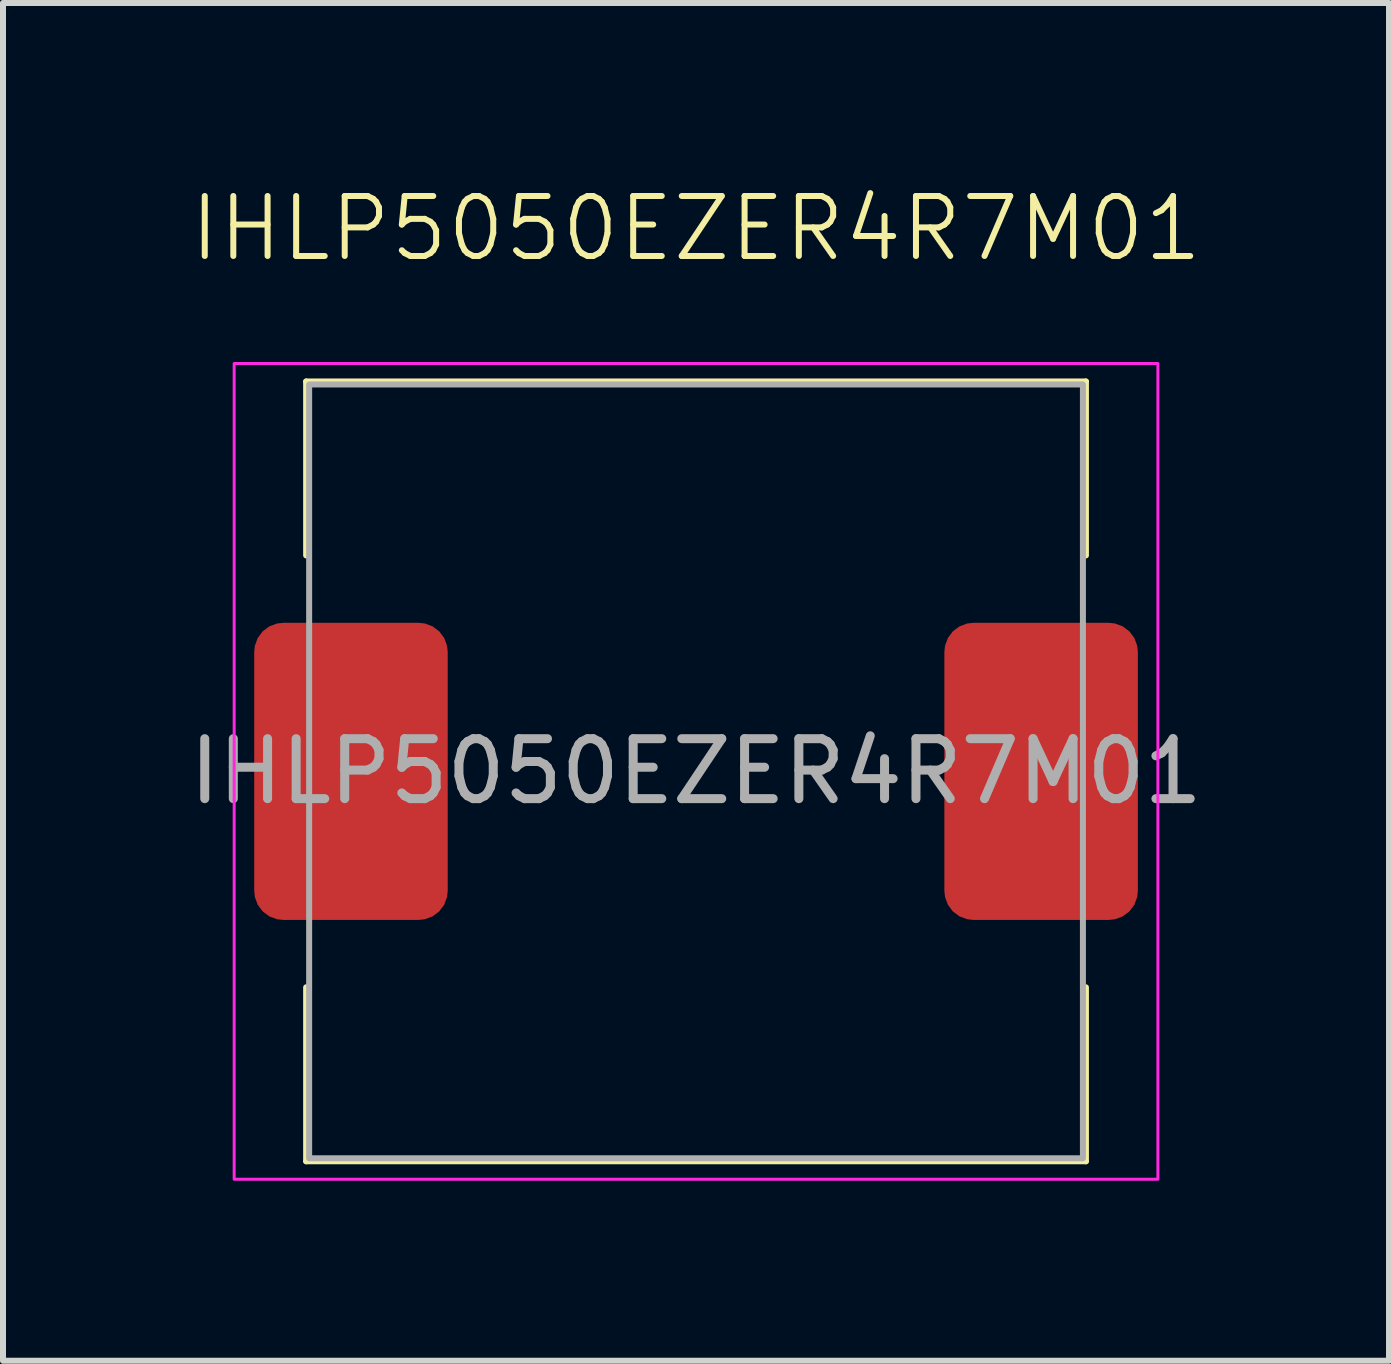
<source format=kicad_pcb>
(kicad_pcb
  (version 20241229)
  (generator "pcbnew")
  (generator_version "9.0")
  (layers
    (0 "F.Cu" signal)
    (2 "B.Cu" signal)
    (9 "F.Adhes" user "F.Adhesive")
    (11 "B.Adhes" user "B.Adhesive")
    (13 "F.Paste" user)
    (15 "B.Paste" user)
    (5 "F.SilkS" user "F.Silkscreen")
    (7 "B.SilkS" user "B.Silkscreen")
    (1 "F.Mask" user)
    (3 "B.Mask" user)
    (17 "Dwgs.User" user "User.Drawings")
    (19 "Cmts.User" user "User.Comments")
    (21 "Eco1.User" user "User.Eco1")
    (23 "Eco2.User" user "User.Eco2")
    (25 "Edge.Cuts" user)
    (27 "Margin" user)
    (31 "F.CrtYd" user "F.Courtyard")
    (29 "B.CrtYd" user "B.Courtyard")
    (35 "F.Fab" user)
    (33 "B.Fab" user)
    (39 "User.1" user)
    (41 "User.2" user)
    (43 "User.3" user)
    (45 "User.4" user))
  (footprint "IHLP5050EZER4R7M01"
    (layer "F.Cu")
    (at 8.554 9.81)
    (property "Reference" "IHLP5050EZER4R7M01" (at 0 -9.05 0) (unlocked yes) (layer "F.SilkS") (effects (font (size 1 1) (thickness 0.1))))
    (attr smd)
    (fp_line (start -6.5 -6.5) (end 6.5 -6.5) (stroke (width 0.1) (type default)) (layer "F.SilkS"))
    (fp_line (start -6.5 -3.6) (end -6.5 -6.5) (stroke (width 0.1) (type default)) (layer "F.SilkS"))
    (fp_line (start -6.5 6.5) (end -6.5 3.6) (stroke (width 0.1) (type default)) (layer "F.SilkS"))
    (fp_line (start 6.5 -3.6) (end 6.5 -6.5) (stroke (width 0.1) (type default)) (layer "F.SilkS"))
    (fp_line (start 6.5 6.5) (end -6.5 6.5) (stroke (width 0.1) (type default)) (layer "F.SilkS"))
    (fp_line (start 6.5 6.5) (end 6.5 3.6) (stroke (width 0.1) (type default)) (layer "F.SilkS"))
    (fp_rect (start -7.7 -6.8) (end 7.7 6.8) (stroke (width 0.05) (type solid)) (fill no) (layer "F.CrtYd"))
    (fp_rect (start -6.45 -6.45) (end 6.45 6.45) (stroke (width 0.1) (type solid)) (fill no) (layer "F.Fab"))
    (fp_text user "${REFERENCE}" (at 0 0 0) (unlocked yes) (layer "F.Fab") (effects (font (size 1 1) (thickness 0.15))))
    (pad "1" smd roundrect (at -5.753 0) (size 3.226 4.953) (layers "F.Cu" "F.Mask" "F.Paste") (roundrect_rratio 0.15))
    (pad "2" smd roundrect (at 5.753 0) (size 3.226 4.953) (layers "F.Cu" "F.Mask" "F.Paste") (roundrect_rratio 0.15)))
  (gr_rect
    (start -3 -3)
    (end 20.107 19.636)
    (stroke (width 0.1) (type default))
    (fill no)
    (layer "Edge.Cuts")))
</source>
